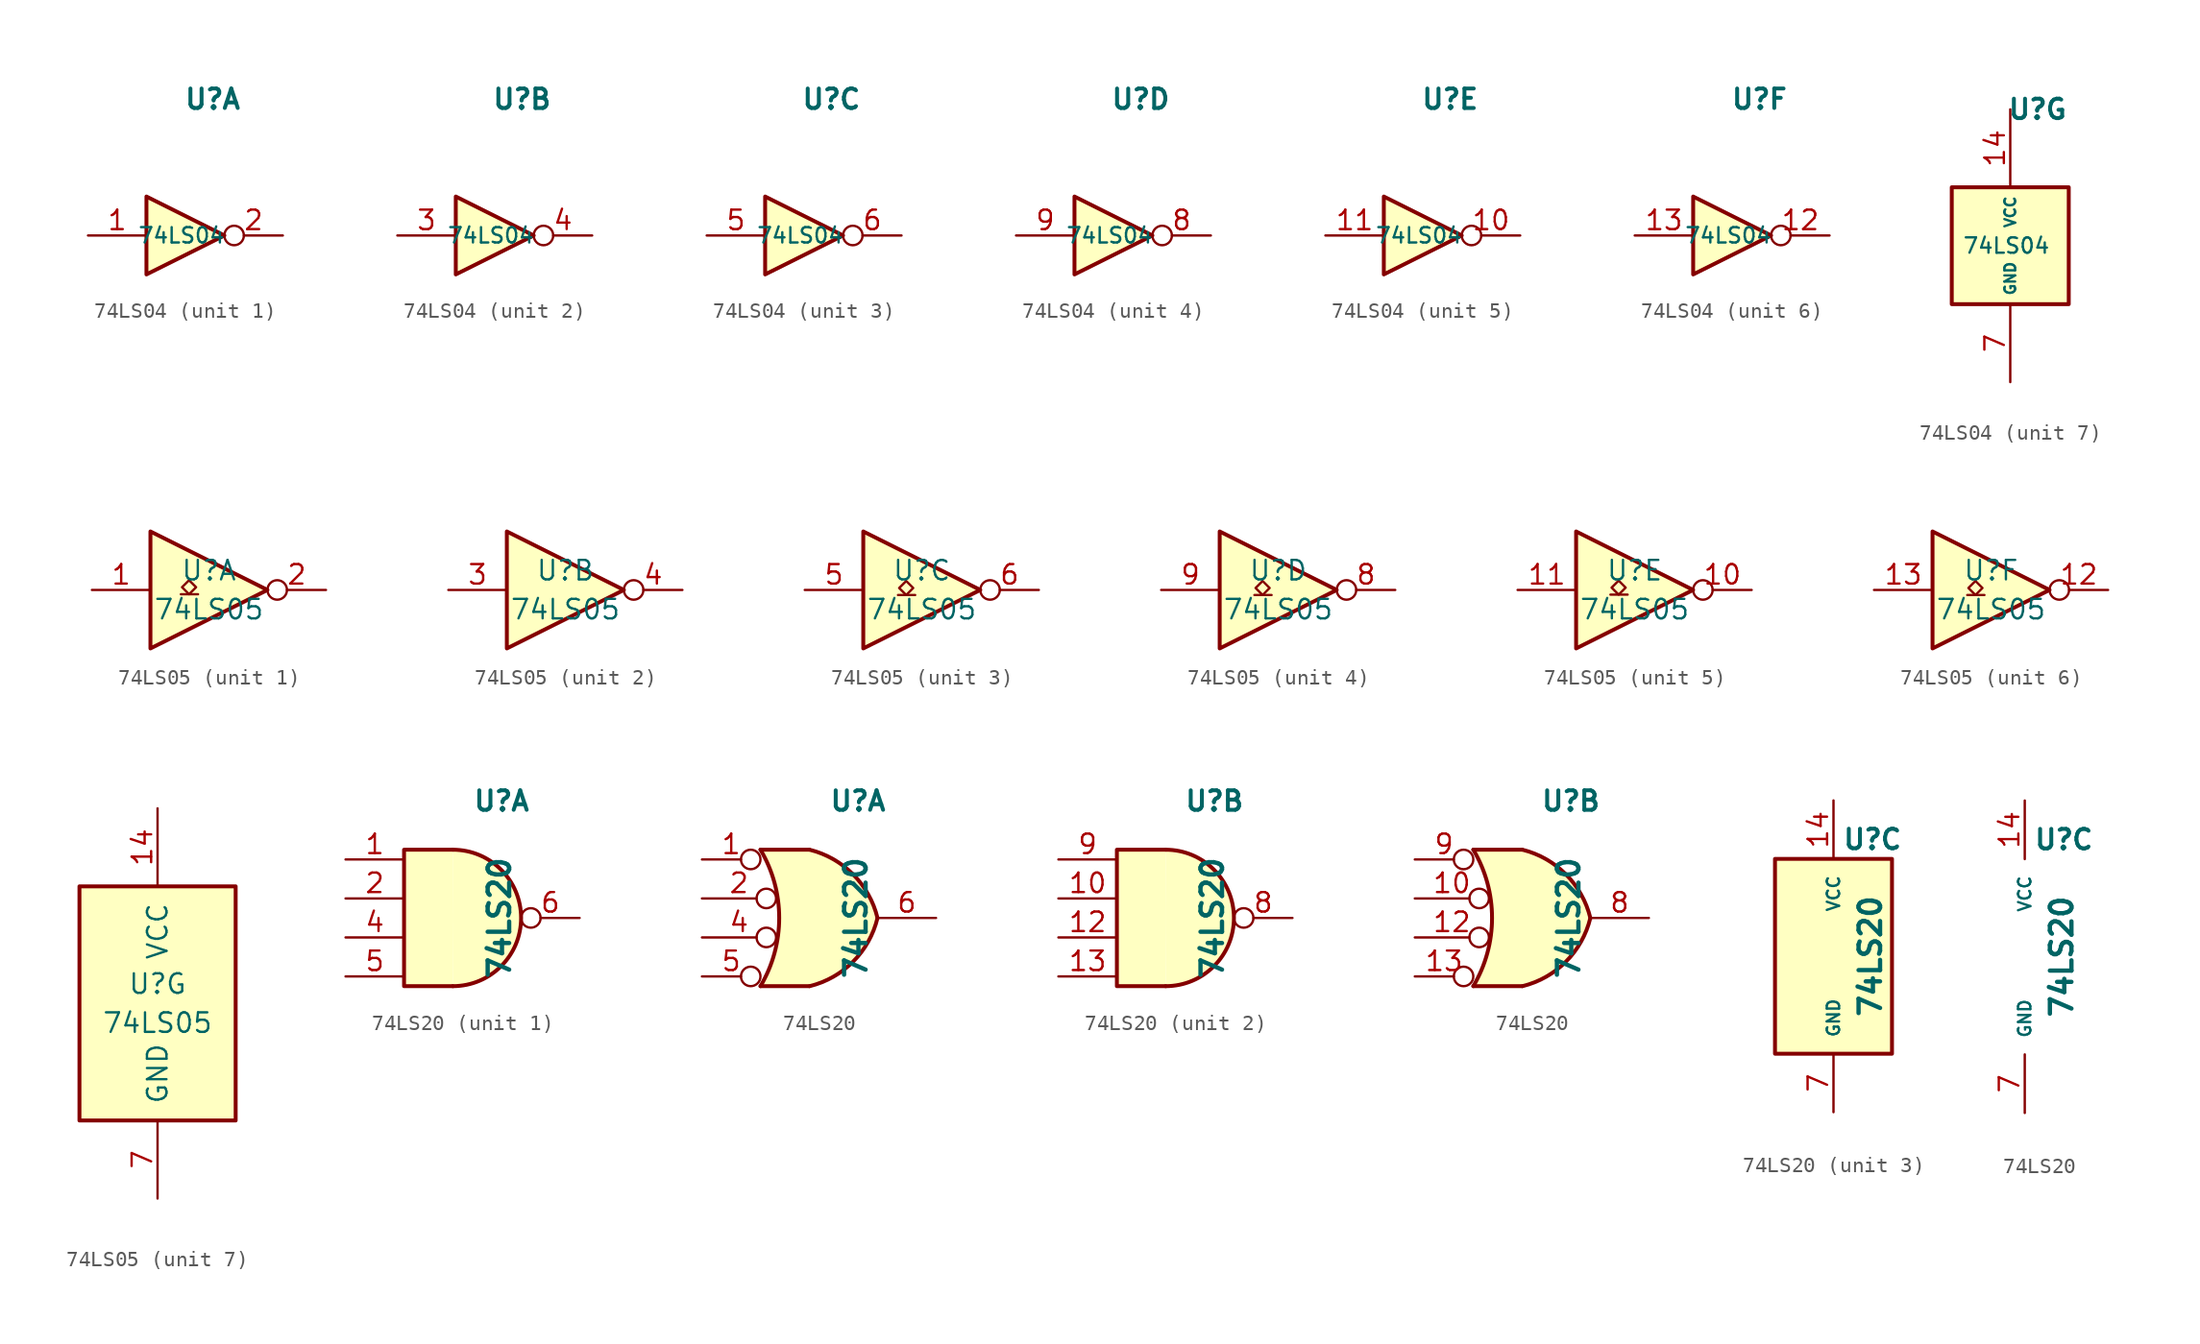
<source format=kicad_sym>
(kicad_symbol_lib
  (version 20241209)
  (generator "kicad_symbol_editor")
  (generator_version "9.0")
  (symbol "74LS04"
    (property "Reference" "U"
      (at 1.778 8.89 0)
      (do_not_autoplace)
      (effects (font (size 1.27 1.27) (thickness 0.254) (bold yes))))
    (property "Value" "74LS04"
      (at -0.254 0 0)
      (effects (font (size 1 1))))
    (property "ki_locked" ""
      (at 0 0 0)
      (effects (font (size 1.27 1.27))))
    (symbol "74LS04_1_0"
      (polyline (pts (xy -2.54 2.54) (xy -2.54 -2.54) (xy 2.54 0) (xy -2.54 2.54)) (stroke (width 0.254) (type default)) (fill (type background)))
      (pin input line (at -6.35 0 0) (length 3.81) (name "~" (effects (font (size 1.27 1.27)))) (number "1" (effects (font (size 1.27 1.27)))))
      (pin output inverted (at 6.35 0 180) (length 3.81) (name "~" (effects (font (size 1.27 1.27)))) (number "2" (effects (font (size 1.27 1.27))))))
    (symbol "74LS04_2_0"
      (polyline (pts (xy -2.54 2.54) (xy -2.54 -2.54) (xy 2.54 0) (xy -2.54 2.54)) (stroke (width 0.254) (type default)) (fill (type background)))
      (pin input line (at -6.35 0 0) (length 3.81) (name "~" (effects (font (size 1.27 1.27)))) (number "3" (effects (font (size 1.27 1.27)))))
      (pin output inverted (at 6.35 0 180) (length 3.81) (name "~" (effects (font (size 1.27 1.27)))) (number "4" (effects (font (size 1.27 1.27))))))
    (symbol "74LS04_3_0"
      (polyline (pts (xy -2.54 2.54) (xy -2.54 -2.54) (xy 2.54 0) (xy -2.54 2.54)) (stroke (width 0.254) (type default)) (fill (type background)))
      (pin input line (at -6.35 0 0) (length 3.81) (name "~" (effects (font (size 1.27 1.27)))) (number "5" (effects (font (size 1.27 1.27)))))
      (pin output inverted (at 6.35 0 180) (length 3.81) (name "~" (effects (font (size 1.27 1.27)))) (number "6" (effects (font (size 1.27 1.27))))))
    (symbol "74LS04_4_0"
      (polyline (pts (xy -2.54 2.54) (xy -2.54 -2.54) (xy 2.54 0) (xy -2.54 2.54)) (stroke (width 0.254) (type default)) (fill (type background)))
      (pin input line (at -6.35 0 0) (length 3.81) (name "~" (effects (font (size 1.27 1.27)))) (number "9" (effects (font (size 1.27 1.27)))))
      (pin output inverted (at 6.35 0 180) (length 3.81) (name "~" (effects (font (size 1.27 1.27)))) (number "8" (effects (font (size 1.27 1.27))))))
    (symbol "74LS04_5_0"
      (polyline (pts (xy -2.54 2.54) (xy -2.54 -2.54) (xy 2.54 0) (xy -2.54 2.54)) (stroke (width 0.254) (type default)) (fill (type background)))
      (pin input line (at -6.35 0 0) (length 3.81) (name "~" (effects (font (size 1.27 1.27)))) (number "11" (effects (font (size 1.27 1.27)))))
      (pin output inverted (at 6.35 0 180) (length 3.81) (name "~" (effects (font (size 1.27 1.27)))) (number "10" (effects (font (size 1.27 1.27))))))
    (symbol "74LS04_6_0"
      (polyline (pts (xy -2.54 2.54) (xy -2.54 -2.54) (xy 2.54 0) (xy -2.54 2.54)) (stroke (width 0.254) (type default)) (fill (type background)))
      (pin input line (at -6.35 0 0) (length 3.81) (name "~" (effects (font (size 1.27 1.27)))) (number "13" (effects (font (size 1.27 1.27)))))
      (pin output inverted (at 6.35 0 180) (length 3.81) (name "~" (effects (font (size 1.27 1.27)))) (number "12" (effects (font (size 1.27 1.27))))))
    (symbol "74LS04_7_0"
      (pin power_in line (at 0 8.89 270) (length 5.08) (name "VCC" (effects (font (size 0.7 0.7)))) (number "14" (effects (font (size 1.27 1.27)))))
      (pin power_in line (at 0 -8.89 90) (length 5.08) (name "GND" (effects (font (size 0.7 0.7)))) (number "7" (effects (font (size 1.27 1.27))))))
    (symbol "74LS04_7_1"
      (rectangle (start -3.81 3.81) (end 3.81 -3.81) (stroke (width 0.254) (type default)) (fill (type background)))))
  (symbol "74LS05"
    (pin_names
      (offset 1.016))
    (property "Reference" "U"
      (at 0 1.27 0)
      (effects (font (size 1.27 1.27))))
    (property "Value" "74LS05"
      (at 0 -1.27 0)
      (effects (font (size 1.27 1.27))))
    (property "ki_locked" ""
      (at 0 0 0)
      (effects (font (size 1.27 1.27))))
    (symbol "74LS05_1_0"
      (polyline (pts (xy -3.81 3.81) (xy -3.81 -3.81) (xy 3.81 0) (xy -3.81 3.81)) (stroke (width 0.254) (type default)) (fill (type background)))
      (pin input line (at -7.62 0 0) (length 3.81) (name "~" (effects (font (size 1.27 1.27)))) (number "1" (effects (font (size 1.27 1.27)))))
      (pin open_collector inverted (at 7.62 0 180) (length 3.81) (name "~" (effects (font (size 1.27 1.27)))) (number "2" (effects (font (size 1.27 1.27))))))
    (symbol "74LS05_1_1"
      (polyline (pts (xy -1.829 -0.279) (xy -0.711 -0.279)) (stroke (width 0) (type solid)) (fill (type none)))
      (polyline (pts (xy -1.295 -0.279) (xy -0.838 0.178) (xy -1.295 0.635) (xy -1.753 0.178) (xy -1.295 -0.279)) (stroke (width 0) (type solid)) (fill (type none))))
    (symbol "74LS05_2_0"
      (polyline (pts (xy -3.81 3.81) (xy -3.81 -3.81) (xy 3.81 0) (xy -3.81 3.81)) (stroke (width 0.254) (type default)) (fill (type background)))
      (pin input line (at -7.62 0 0) (length 3.81) (name "~" (effects (font (size 1.27 1.27)))) (number "3" (effects (font (size 1.27 1.27)))))
      (pin open_collector inverted (at 7.62 0 180) (length 3.81) (name "~" (effects (font (size 1.27 1.27)))) (number "4" (effects (font (size 1.27 1.27))))))
    (symbol "74LS05_3_0"
      (polyline (pts (xy -3.81 3.81) (xy -3.81 -3.81) (xy 3.81 0) (xy -3.81 3.81)) (stroke (width 0.254) (type default)) (fill (type background)))
      (pin input line (at -7.62 0 0) (length 3.81) (name "~" (effects (font (size 1.27 1.27)))) (number "5" (effects (font (size 1.27 1.27)))))
      (pin open_collector inverted (at 7.62 0 180) (length 3.81) (name "~" (effects (font (size 1.27 1.27)))) (number "6" (effects (font (size 1.27 1.27))))))
    (symbol "74LS05_3_1"
      (polyline (pts (xy -1.549 -0.33) (xy -0.432 -0.33)) (stroke (width 0) (type solid)) (fill (type none)))
      (polyline (pts (xy -1.016 -0.33) (xy -0.559 0.127) (xy -1.016 0.584) (xy -1.473 0.127) (xy -1.016 -0.33)) (stroke (width 0) (type solid)) (fill (type none))))
    (symbol "74LS05_4_0"
      (polyline (pts (xy -3.81 3.81) (xy -3.81 -3.81) (xy 3.81 0) (xy -3.81 3.81)) (stroke (width 0.254) (type default)) (fill (type background)))
      (pin input line (at -7.62 0 0) (length 3.81) (name "~" (effects (font (size 1.27 1.27)))) (number "9" (effects (font (size 1.27 1.27)))))
      (pin open_collector inverted (at 7.62 0 180) (length 3.81) (name "~" (effects (font (size 1.27 1.27)))) (number "8" (effects (font (size 1.27 1.27))))))
    (symbol "74LS05_4_1"
      (polyline (pts (xy -1.549 -0.33) (xy -0.432 -0.33)) (stroke (width 0) (type solid)) (fill (type none)))
      (polyline (pts (xy -1.016 -0.33) (xy -0.559 0.127) (xy -1.016 0.584) (xy -1.473 0.127) (xy -1.016 -0.33)) (stroke (width 0) (type solid)) (fill (type none))))
    (symbol "74LS05_5_0"
      (polyline (pts (xy -3.81 3.81) (xy -3.81 -3.81) (xy 3.81 0) (xy -3.81 3.81)) (stroke (width 0.254) (type default)) (fill (type background)))
      (pin input line (at -7.62 0 0) (length 3.81) (name "~" (effects (font (size 1.27 1.27)))) (number "11" (effects (font (size 1.27 1.27)))))
      (pin open_collector inverted (at 7.62 0 180) (length 3.81) (name "~" (effects (font (size 1.27 1.27)))) (number "10" (effects (font (size 1.27 1.27))))))
    (symbol "74LS05_5_1"
      (polyline (pts (xy -1.575 -0.305) (xy -0.457 -0.305)) (stroke (width 0) (type solid)) (fill (type none)))
      (polyline (pts (xy -1.041 -0.305) (xy -0.584 0.152) (xy -1.041 0.61) (xy -1.499 0.152) (xy -1.041 -0.305)) (stroke (width 0) (type solid)) (fill (type none))))
    (symbol "74LS05_6_0"
      (polyline (pts (xy -3.81 3.81) (xy -3.81 -3.81) (xy 3.81 0) (xy -3.81 3.81)) (stroke (width 0.254) (type default)) (fill (type background)))
      (pin input line (at -7.62 0 0) (length 3.81) (name "~" (effects (font (size 1.27 1.27)))) (number "13" (effects (font (size 1.27 1.27)))))
      (pin open_collector inverted (at 7.62 0 180) (length 3.81) (name "~" (effects (font (size 1.27 1.27)))) (number "12" (effects (font (size 1.27 1.27))))))
    (symbol "74LS05_6_1"
      (polyline (pts (xy -1.549 -0.33) (xy -0.432 -0.33)) (stroke (width 0) (type solid)) (fill (type none)))
      (polyline (pts (xy -1.016 -0.33) (xy -0.559 0.127) (xy -1.016 0.584) (xy -1.473 0.127) (xy -1.016 -0.33)) (stroke (width 0) (type solid)) (fill (type none))))
    (symbol "74LS05_7_0"
      (pin power_in line (at 0 12.7 270) (length 5.08) (name "VCC" (effects (font (size 1.27 1.27)))) (number "14" (effects (font (size 1.27 1.27)))))
      (pin power_in line (at 0 -12.7 90) (length 5.08) (name "GND" (effects (font (size 1.27 1.27)))) (number "7" (effects (font (size 1.27 1.27))))))
    (symbol "74LS05_7_1"
      (rectangle (start -5.08 7.62) (end 5.08 -7.62) (stroke (width 0.254) (type default)) (fill (type background)))))
  (symbol "74LS20"
    (pin_names
      (offset 1.016))
    (property "Reference" "U"
      (at 2.54 7.62 0)
      (do_not_autoplace)
      (effects (font (size 1.27 1.27) (thickness 0.254) (bold yes))))
    (property "Value" "74LS20"
      (at 2.4 0 90)
      (do_not_autoplace)
      (effects (font (size 1.4 1.4) (thickness 0.28) (bold yes))))
    (property "ki_locked" ""
      (at 0 0 0)
      (effects (font (size 1.27 1.27))))
    (symbol "74LS20_1_1"
      (arc (start -0.635 4.445) (mid 3.7907 0) (end -0.635 -4.445) (stroke (width 0.254) (type default)) (fill (type background)))
      (polyline (pts (xy -0.635 4.445) (xy -3.81 4.445) (xy -3.81 -4.445) (xy -0.635 -4.445)) (stroke (width 0.254) (type default)) (fill (type background)))
      (pin input line (at -7.62 3.81 0) (length 3.81) (name "~" (effects (font (size 1.27 1.27)))) (number "1" (effects (font (size 1.27 1.27)))))
      (pin input line (at -7.62 1.27 0) (length 3.81) (name "~" (effects (font (size 1.27 1.27)))) (number "2" (effects (font (size 1.27 1.27)))))
      (pin input line (at -7.62 -1.27 0) (length 3.81) (name "~" (effects (font (size 1.27 1.27)))) (number "4" (effects (font (size 1.27 1.27)))))
      (pin input line (at -7.62 -3.81 0) (length 3.81) (name "~" (effects (font (size 1.27 1.27)))) (number "5" (effects (font (size 1.27 1.27)))))
      (pin output inverted (at 7.62 0 180) (length 3.81) (name "~" (effects (font (size 1.27 1.27)))) (number "6" (effects (font (size 1.27 1.27))))))
    (symbol "74LS20_1_2"
      (arc (start -3.81 4.445) (mid -2.5908 0) (end -3.81 -4.445) (stroke (width 0.254) (type default)) (fill (type none)))
      (polyline (pts (xy -3.81 4.445) (xy -0.635 4.445)) (stroke (width 0.254) (type default)) (fill (type background)))
      (polyline (pts (xy -3.81 -4.445) (xy -0.635 -4.445)) (stroke (width 0.254) (type default)) (fill (type background)))
      (arc (start -0.6096 4.445) (mid 2.2198 2.8385) (end 3.81 0) (stroke (width 0.254) (type default)) (fill (type background)))
      (arc (start 3.81 0) (mid 2.224 -2.8428) (end -0.6096 -4.445) (stroke (width 0.254) (type default)) (fill (type background)))
      (polyline (pts (xy -0.635 4.445) (xy -3.81 4.445) (xy -3.81 4.445) (xy -3.632 4.089) (xy -3.099 2.921) (xy -2.769 1.676) (xy -2.616 0.432) (xy -2.642 -0.864) (xy -2.87 -2.108) (xy -3.251 -3.327) (xy -3.81 -4.445) (xy -3.81 -4.445) (xy -0.635 -4.445)) (stroke (width -25.4) (type default)) (fill (type background)))
      (pin input inverted (at -7.62 3.81 0) (length 3.81) (name "~" (effects (font (size 1.27 1.27)))) (number "1" (effects (font (size 1.27 1.27)))))
      (pin input inverted (at -7.62 1.27 0) (length 4.826) (name "~" (effects (font (size 1.27 1.27)))) (number "2" (effects (font (size 1.27 1.27)))))
      (pin input inverted (at -7.62 -1.27 0) (length 4.826) (name "~" (effects (font (size 1.27 1.27)))) (number "4" (effects (font (size 1.27 1.27)))))
      (pin input inverted (at -7.62 -3.81 0) (length 3.81) (name "~" (effects (font (size 1.27 1.27)))) (number "5" (effects (font (size 1.27 1.27)))))
      (pin output line (at 7.62 0 180) (length 3.81) (name "~" (effects (font (size 1.27 1.27)))) (number "6" (effects (font (size 1.27 1.27))))))
    (symbol "74LS20_2_1"
      (arc (start -0.635 4.445) (mid 3.7907 0) (end -0.635 -4.445) (stroke (width 0.254) (type default)) (fill (type background)))
      (polyline (pts (xy -0.635 4.445) (xy -3.81 4.445) (xy -3.81 -4.445) (xy -0.635 -4.445)) (stroke (width 0.254) (type default)) (fill (type background)))
      (pin input line (at -7.62 3.81 0) (length 3.81) (name "~" (effects (font (size 1.27 1.27)))) (number "9" (effects (font (size 1.27 1.27)))))
      (pin input line (at -7.62 1.27 0) (length 3.81) (name "~" (effects (font (size 1.27 1.27)))) (number "10" (effects (font (size 1.27 1.27)))))
      (pin input line (at -7.62 -1.27 0) (length 3.81) (name "~" (effects (font (size 1.27 1.27)))) (number "12" (effects (font (size 1.27 1.27)))))
      (pin input line (at -7.62 -3.81 0) (length 3.81) (name "~" (effects (font (size 1.27 1.27)))) (number "13" (effects (font (size 1.27 1.27)))))
      (pin output inverted (at 7.62 0 180) (length 3.81) (name "~" (effects (font (size 1.27 1.27)))) (number "8" (effects (font (size 1.27 1.27))))))
    (symbol "74LS20_2_2"
      (arc (start -3.81 4.445) (mid -2.5908 0) (end -3.81 -4.445) (stroke (width 0.254) (type default)) (fill (type none)))
      (polyline (pts (xy -3.81 4.445) (xy -0.635 4.445)) (stroke (width 0.254) (type default)) (fill (type background)))
      (polyline (pts (xy -3.81 -4.445) (xy -0.635 -4.445)) (stroke (width 0.254) (type default)) (fill (type background)))
      (arc (start -0.6096 4.445) (mid 2.2198 2.8385) (end 3.81 0) (stroke (width 0.254) (type default)) (fill (type background)))
      (arc (start 3.81 0) (mid 2.224 -2.8428) (end -0.6096 -4.445) (stroke (width 0.254) (type default)) (fill (type background)))
      (polyline (pts (xy -0.635 4.445) (xy -3.81 4.445) (xy -3.81 4.445) (xy -3.632 4.089) (xy -3.099 2.921) (xy -2.769 1.676) (xy -2.616 0.432) (xy -2.642 -0.864) (xy -2.87 -2.108) (xy -3.251 -3.327) (xy -3.81 -4.445) (xy -3.81 -4.445) (xy -0.635 -4.445)) (stroke (width -25.4) (type default)) (fill (type background)))
      (pin input inverted (at -7.62 3.81 0) (length 3.81) (name "~" (effects (font (size 1.27 1.27)))) (number "9" (effects (font (size 1.27 1.27)))))
      (pin input inverted (at -7.62 1.27 0) (length 4.826) (name "~" (effects (font (size 1.27 1.27)))) (number "10" (effects (font (size 1.27 1.27)))))
      (pin input inverted (at -7.62 -1.27 0) (length 4.826) (name "~" (effects (font (size 1.27 1.27)))) (number "12" (effects (font (size 1.27 1.27)))))
      (pin input inverted (at -7.62 -3.81 0) (length 3.81) (name "~" (effects (font (size 1.27 1.27)))) (number "13" (effects (font (size 1.27 1.27)))))
      (pin output line (at 7.62 0 180) (length 3.81) (name "~" (effects (font (size 1.27 1.27)))) (number "8" (effects (font (size 1.27 1.27))))))
    (symbol "74LS20_3_0"
      (pin power_in line (at 0 10.16 270) (length 3.81) (name "VCC" (effects (font (size 0.8 0.8)))) (number "14" (effects (font (size 1.27 1.27)))))
      (pin power_in line (at 0 -10.16 90) (length 3.81) (name "GND" (effects (font (size 0.8 0.8)))) (number "7" (effects (font (size 1.27 1.27))))))
    (symbol "74LS20_3_1"
      (rectangle (start -3.81 6.35) (end 3.81 -6.35) (stroke (width 0.254) (type default)) (fill (type background))))))
</source>
